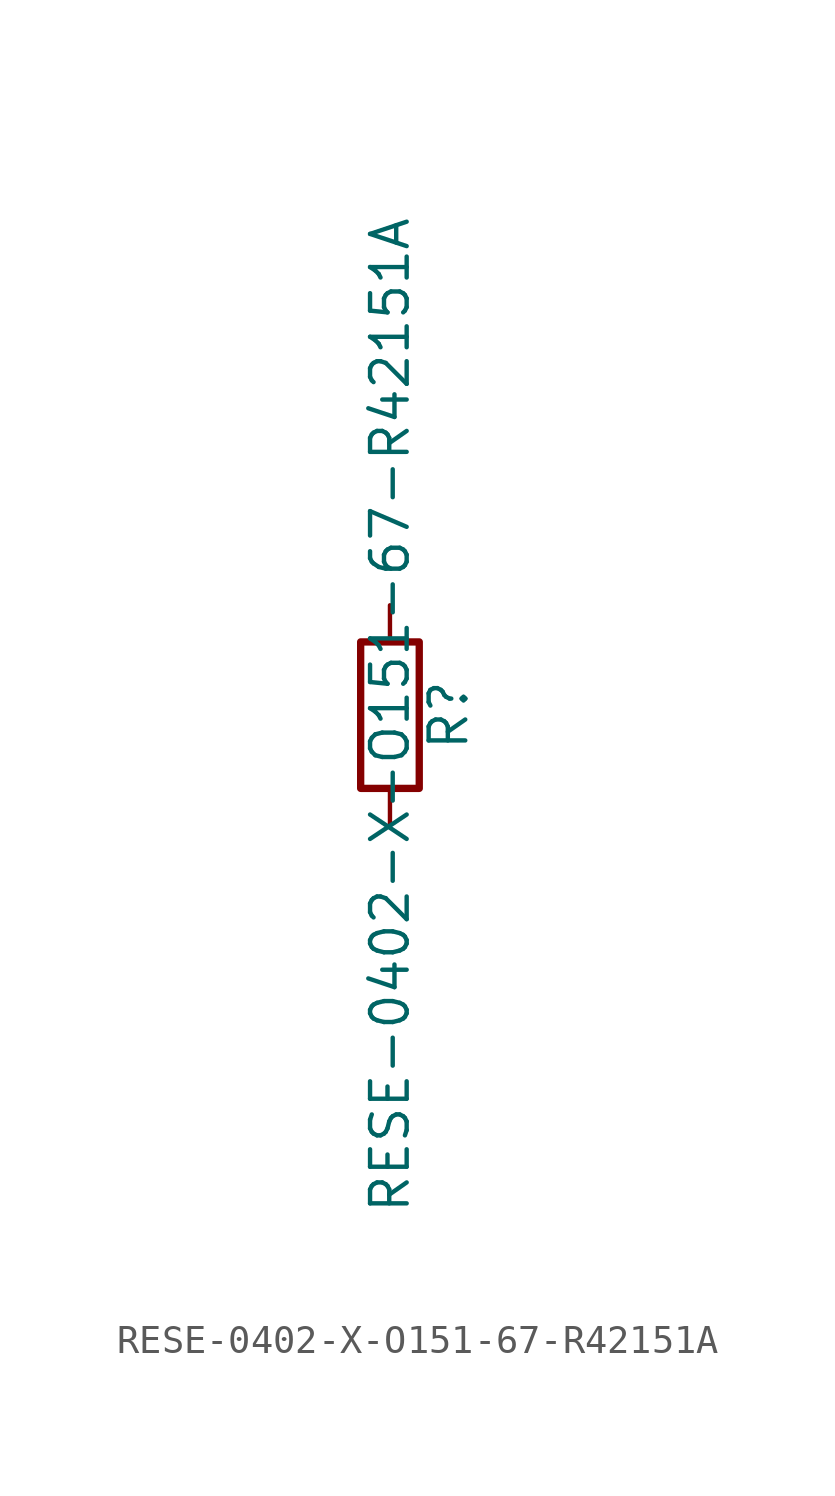
<source format=kicad_sym>
(kicad_symbol_lib
  (version 20211014)
  (generator kicad_symbol_editor)
  (symbol "RESE-0402-X-O151-67-R42151A"
    (pin_numbers hide)
    (pin_names
      (offset 0))
    (property "Reference" "R"
      (at 2.032 0 90)
      (effects (font (size 1.27 1.27))))
    (property "Value" "RESE-0402-X-O151-67-R42151A"
      (at 0 0 90)
      (effects (font (size 1.27 1.27))))
    (symbol "RESE-0402-X-O151-67-R42151A_0_1"
      (rectangle (start -1.016 -2.54) (end 1.016 2.54) (stroke (width 0.254) (type default) (color 0 0 0 0)) (fill (type none))))
    (symbol "RESE-0402-X-O151-67-R42151A_1_1"
      (pin passive line (at 0 3.81 270) (length 1.27) (name "~" (effects (font (size 1.27 1.27)))) (number "1" (effects (font (size 1.27 1.27)))))
      (pin passive line (at 0 -3.81 90) (length 1.27) (name "~" (effects (font (size 1.27 1.27)))) (number "2" (effects (font (size 1.27 1.27))))))))
</source>
